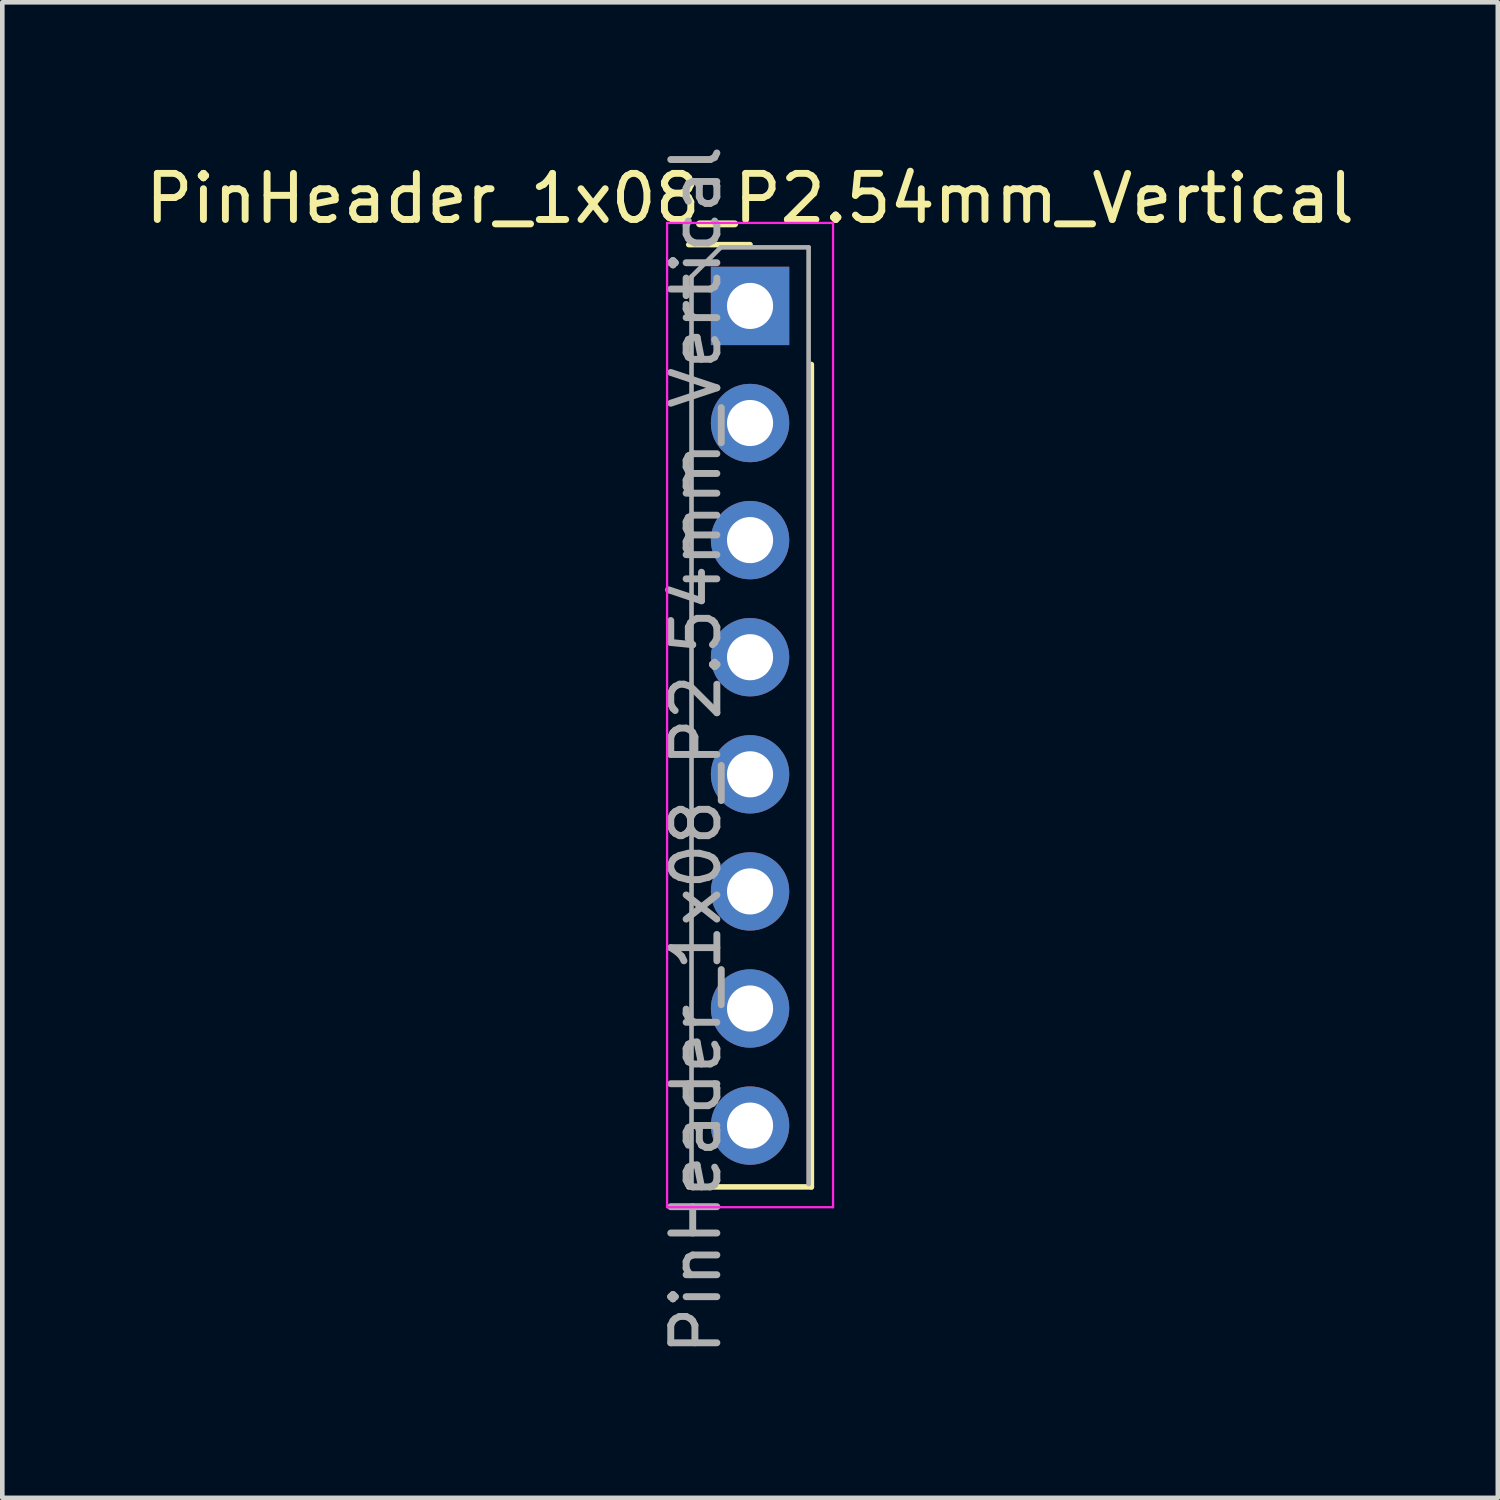
<source format=kicad_pcb>
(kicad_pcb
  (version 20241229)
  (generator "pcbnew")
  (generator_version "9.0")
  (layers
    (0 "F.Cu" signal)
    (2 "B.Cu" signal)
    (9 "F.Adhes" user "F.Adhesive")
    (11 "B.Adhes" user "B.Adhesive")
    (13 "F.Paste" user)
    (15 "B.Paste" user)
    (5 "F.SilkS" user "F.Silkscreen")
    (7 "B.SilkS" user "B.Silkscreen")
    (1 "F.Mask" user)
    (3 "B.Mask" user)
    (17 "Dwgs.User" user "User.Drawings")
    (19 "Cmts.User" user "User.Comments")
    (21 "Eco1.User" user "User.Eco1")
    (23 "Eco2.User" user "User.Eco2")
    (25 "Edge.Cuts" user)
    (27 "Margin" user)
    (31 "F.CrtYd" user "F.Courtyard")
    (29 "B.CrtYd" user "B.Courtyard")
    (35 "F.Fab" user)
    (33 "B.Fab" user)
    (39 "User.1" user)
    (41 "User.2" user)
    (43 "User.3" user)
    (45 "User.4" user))
  (footprint "PinHeader_1x08_P2.54mm_Vertical"
    (layer "F.Cu")
    (at 13.22 3.586)
    (property "Reference" "PinHeader_1x08_P2.54mm_Vertical" (at 0 -2.33 0) (layer "F.SilkS") (effects (font (size 1 1) (thickness 0.15))))
    (attr through_hole)
    (fp_line (start -1.33 -1.33) (end 0 -1.33) (stroke (width 0.12) (type solid)) (layer "F.SilkS"))
    (fp_line (start -1.33 19.11) (end 1.33 19.11) (stroke (width 0.12) (type solid)) (layer "F.SilkS"))
    (fp_line (start 1.33 1.27) (end 1.33 19.11) (stroke (width 0.12) (type solid)) (layer "F.SilkS"))
    (fp_line (start -1.8 -1.8) (end -1.8 19.55) (stroke (width 0.05) (type solid)) (layer "F.CrtYd"))
    (fp_line (start -1.8 19.55) (end 1.8 19.55) (stroke (width 0.05) (type solid)) (layer "F.CrtYd"))
    (fp_line (start 1.8 -1.8) (end -1.8 -1.8) (stroke (width 0.05) (type solid)) (layer "F.CrtYd"))
    (fp_line (start 1.8 19.55) (end 1.8 -1.8) (stroke (width 0.05) (type solid)) (layer "F.CrtYd"))
    (fp_line (start -1.27 -0.635) (end -0.635 -1.27) (stroke (width 0.1) (type solid)) (layer "F.Fab"))
    (fp_line (start -1.27 19.05) (end -1.27 -0.635) (stroke (width 0.1) (type solid)) (layer "F.Fab"))
    (fp_line (start -0.635 -1.27) (end 1.27 -1.27) (stroke (width 0.1) (type solid)) (layer "F.Fab"))
    (fp_line (start 1.27 -1.27) (end 1.27 19.05) (stroke (width 0.1) (type solid)) (layer "F.Fab"))
    (fp_text user "${REFERENCE}" (at -1.175 9.634 270) (layer "F.Fab") (effects (font (size 1 1) (thickness 0.15))))
    (pad "1" thru_hole rect (at 0 0) (size 1.7 1.7) (drill 1) (layers "*.Cu" "*.Mask"))
    (pad "2" thru_hole oval (at 0 2.54) (size 1.7 1.7) (drill 1) (layers "*.Cu" "*.Mask"))
    (pad "3" thru_hole oval (at 0 5.08) (size 1.7 1.7) (drill 1) (layers "*.Cu" "*.Mask"))
    (pad "4" thru_hole oval (at 0 7.62) (size 1.7 1.7) (drill 1) (layers "*.Cu" "*.Mask"))
    (pad "5" thru_hole oval (at 0 10.16) (size 1.7 1.7) (drill 1) (layers "*.Cu" "*.Mask"))
    (pad "6" thru_hole oval (at 0 12.7) (size 1.7 1.7) (drill 1) (layers "*.Cu" "*.Mask"))
    (pad "7" thru_hole oval (at 0 15.24) (size 1.7 1.7) (drill 1) (layers "*.Cu" "*.Mask"))
    (pad "8" thru_hole oval (at 0 17.78) (size 1.7 1.7) (drill 1) (layers "*.Cu" "*.Mask")))
  (gr_rect
    (start -3 -3)
    (end 29.44 29.44)
    (stroke (width 0.1) (type default))
    (fill no)
    (layer "Edge.Cuts")))
</source>
